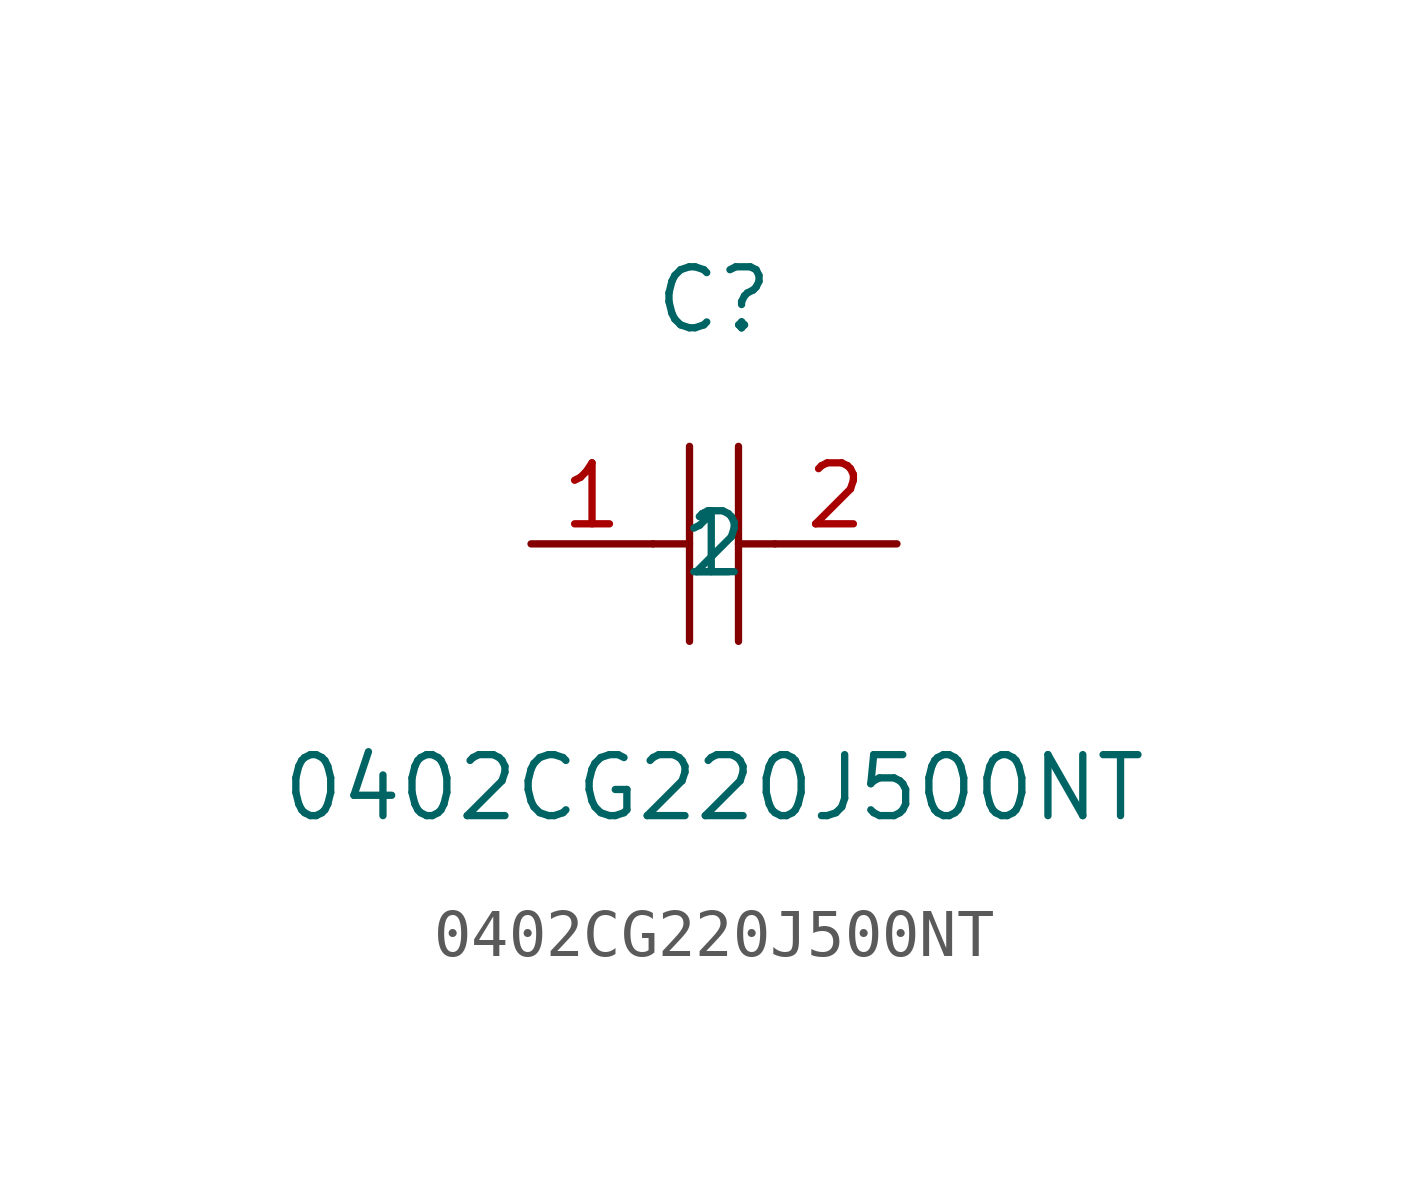
<source format=kicad_sym>
(kicad_symbol_lib
  (version 1)
  (generator "faebryk")
  (symbol "0402CG220J500NT"
    (property "Reference" "C"
      (at 0 5.08 0)
      (effects (font (size 1.27 1.27)) (hide no)))
    (property "Value" "0402CG220J500NT"
      (at 0 -5.08 0)
      (effects (font (size 1.27 1.27)) (hide no)))
    (symbol "0402CG220J500NT_0_1"
      (polyline (stroke (width 0) (type default) (color 0 0 0 0)) (fill (type none)) (pts (xy -0.51 2.03) (xy -0.51 -2.03)))
      (polyline (stroke (width 0) (type default) (color 0 0 0 0)) (fill (type none)) (pts (xy 0.51 2.03) (xy 0.51 -2.03)))
      (polyline (stroke (width 0) (type default) (color 0 0 0 0)) (fill (type none)) (pts (xy -1.27 0) (xy -0.51 0)))
      (polyline (stroke (width 0) (type default) (color 0 0 0 0)) (fill (type none)) (pts (xy 0.51 0) (xy 1.27 0)))
      (pin input line (at -3.81 0 0) (length 2.54) (name "1" (effects (font (size 1.27 1.27)) (hide no))) (number "1" (effects (font (size 1.27 1.27)) (hide no))))
      (pin input line (at 3.81 0 180) (length 2.54) (name "2" (effects (font (size 1.27 1.27)) (hide no))) (number "2" (effects (font (size 1.27 1.27)) (hide no)))))))
</source>
